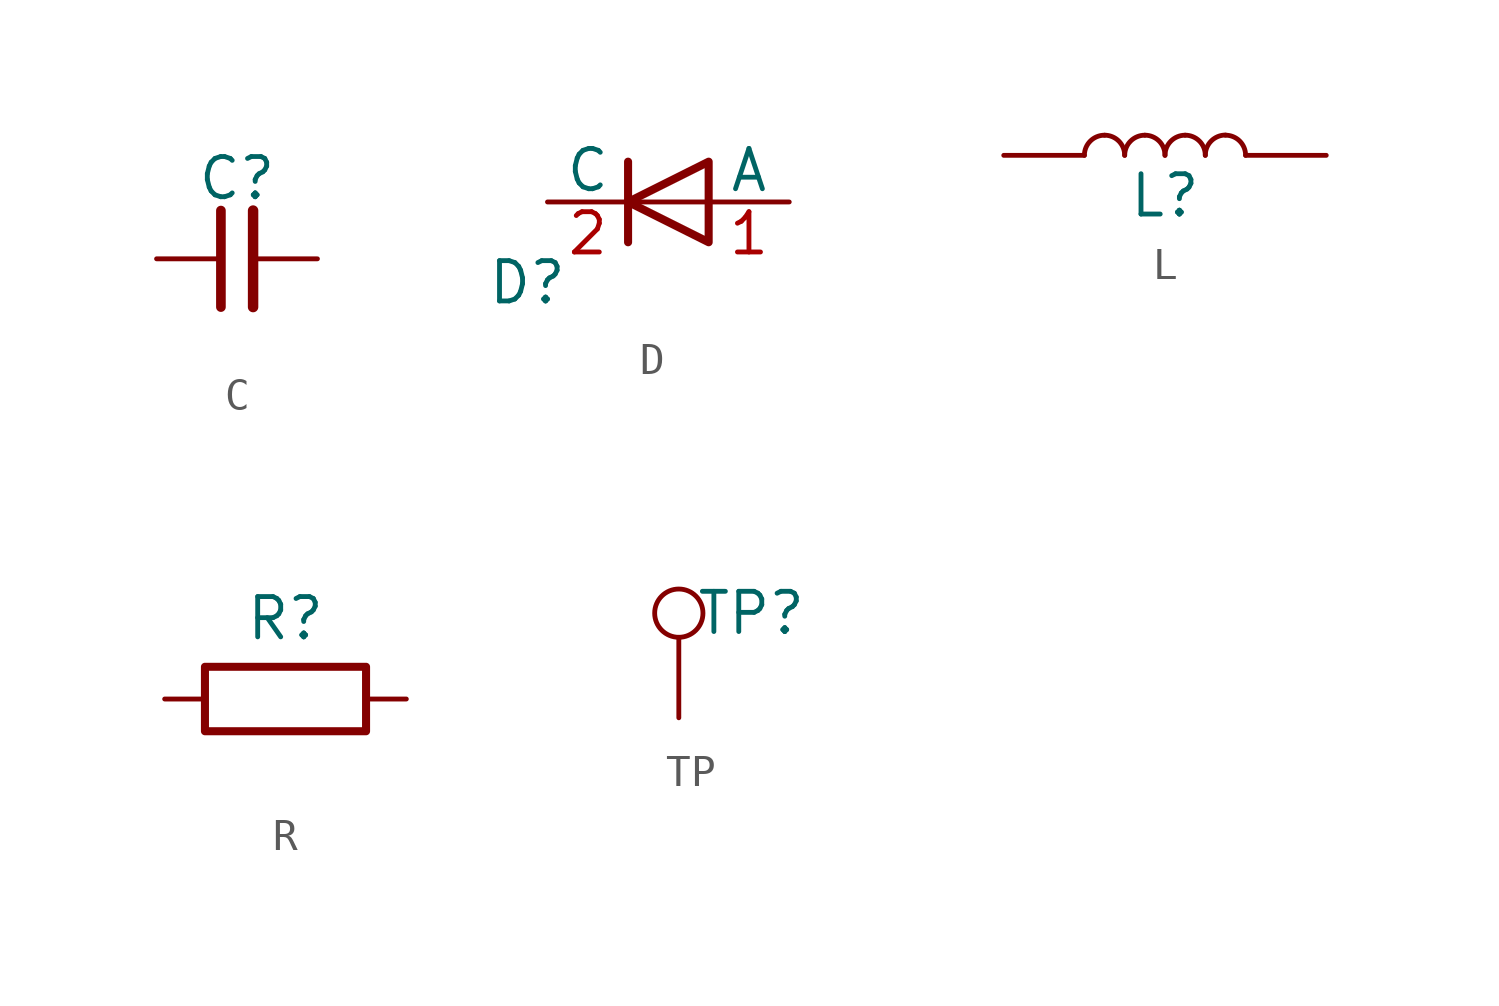
<source format=kicad_sym>
(kicad_symbol_lib
  (version 20241209)
  (generator "kicad_symbol_editor")
  (generator_version "9.0")
  (symbol "C"
    (pin_numbers
      (hide yes))
    (pin_names
      (offset 0)
      (hide yes))
    (property "Reference" "C"
      (at 2.54 5.08 0)
      (effects (font (size 1.27 1.27))))
    (property "Value" ""
      (at 0 0 0)
      (effects (font (size 1.27 1.27))))
    (symbol "C_0_1"
      (polyline (pts (xy 2.032 1.016) (xy 2.032 4.064)) (stroke (width 0.305) (type default)) (fill (type none)))
      (polyline (pts (xy 3.048 1.016) (xy 3.048 4.064)) (stroke (width 0.33) (type default)) (fill (type none))))
    (symbol "C_1_1"
      (pin passive line (at 0 2.54 0) (length 2.032) (name "~" (effects (font (size 1.27 1.27)))) (number "1" (effects (font (size 1.27 1.27)))))
      (pin passive line (at 5.08 2.54 180) (length 2.032) (name "~" (effects (font (size 1.27 1.27)))) (number "2" (effects (font (size 1.27 1.27)))))))
  (symbol "D"
    (pin_names
      (offset 0))
    (property "Reference" "D"
      (at 0 0 0)
      (effects (font (size 1.27 1.27))))
    (property "Value" ""
      (at 0 0 0)
      (effects (font (size 1.27 1.27))))
    (symbol "D_0_1"
      (polyline (pts (xy 3.175 3.81) (xy 3.175 1.27)) (stroke (width 0.254) (type default)) (fill (type none)))
      (polyline (pts (xy 5.715 3.81) (xy 5.715 1.27) (xy 3.175 2.54) (xy 5.715 3.81)) (stroke (width 0.254) (type default)) (fill (type none)))
      (polyline (pts (xy 5.715 2.54) (xy 3.175 2.54)) (stroke (width 0) (type default)) (fill (type none))))
    (symbol "D_1_1"
      (pin passive line (at 0.635 2.54 0) (length 2.54) (name "C" (effects (font (size 1.27 1.27)))) (number "2" (effects (font (size 1.27 1.27)))))
      (pin passive line (at 8.255 2.54 180) (length 2.54) (name "A" (effects (font (size 1.27 1.27)))) (number "1" (effects (font (size 1.27 1.27)))))))
  (symbol "L"
    (pin_numbers
      (hide yes))
    (pin_names
      (hide yes))
    (property "Reference" "L"
      (at 5.08 -1.27 0)
      (effects (font (size 1.27 1.27))))
    (property "Value" ""
      (at 0 0 0)
      (effects (font (size 1.27 1.27))))
    (symbol "L_0_1"
      (arc (start 2.54 0) (mid 2.726 0.449) (end 3.175 0.635) (stroke (width 0) (type default)) (fill (type none)))
      (arc (start 3.175 0.635) (mid 3.624 0.449) (end 3.81 0) (stroke (width 0) (type default)) (fill (type none)))
      (arc (start 3.81 0) (mid 3.996 0.449) (end 4.445 0.635) (stroke (width 0) (type default)) (fill (type none)))
      (arc (start 4.445 0.635) (mid 4.894 0.449) (end 5.08 0) (stroke (width 0) (type default)) (fill (type none)))
      (arc (start 5.08 0) (mid 5.266 0.449) (end 5.715 0.635) (stroke (width 0) (type default)) (fill (type none)))
      (arc (start 5.715 0.635) (mid 6.164 0.449) (end 6.35 0) (stroke (width 0) (type default)) (fill (type none)))
      (arc (start 6.35 0) (mid 6.536 0.449) (end 6.985 0.635) (stroke (width 0) (type default)) (fill (type none)))
      (arc (start 6.985 0.635) (mid 7.434 0.449) (end 7.62 0) (stroke (width 0) (type default)) (fill (type none))))
    (symbol "L_1_1"
      (pin passive line (at 0 0 0) (length 2.54) (name "1" (effects (font (size 1.27 1.27)))) (number "1" (effects (font (size 1.27 1.27)))))
      (pin passive line (at 10.16 0 180) (length 2.54) (name "2" (effects (font (size 1.27 1.27)))) (number "2" (effects (font (size 1.27 1.27)))))))
  (symbol "R"
    (pin_numbers
      (hide yes))
    (pin_names
      (offset 0)
      (hide yes))
    (property "Reference" "R"
      (at 2.54 5.08 0)
      (effects (font (size 1.27 1.27))))
    (property "Value" ""
      (at 0 0 0)
      (effects (font (size 1.27 1.27))))
    (symbol "R_0_1"
      (rectangle (start 5.08 1.524) (end 0 3.556) (stroke (width 0.254) (type default)) (fill (type none))))
    (symbol "R_1_1"
      (pin passive line (at -1.27 2.54 0) (length 1.27) (name "~" (effects (font (size 1.27 1.27)))) (number "1" (effects (font (size 1.27 1.27)))))
      (pin passive line (at 6.35 2.54 180) (length 1.27) (name "~" (effects (font (size 1.27 1.27)))) (number "2" (effects (font (size 1.27 1.27)))))))
  (symbol "TP"
    (pin_numbers
      (hide yes))
    (pin_names
      (hide yes))
    (property "Reference" "TP"
      (at 2.286 3.302 0)
      (effects (font (size 1.27 1.27))))
    (property "Value" ""
      (at -2.54 0 0)
      (effects (font (size 1.27 1.27))))
    (symbol "TP_0_1"
      (circle (center 0 3.302) (radius 0.762) (stroke (width 0) (type default)) (fill (type none))))
    (symbol "TP_1_1"
      (pin passive line (at 0 0 90) (length 2.54) (name "1" (effects (font (size 1.27 1.27)))) (number "1" (effects (font (size 1.27 1.27))))))))
</source>
